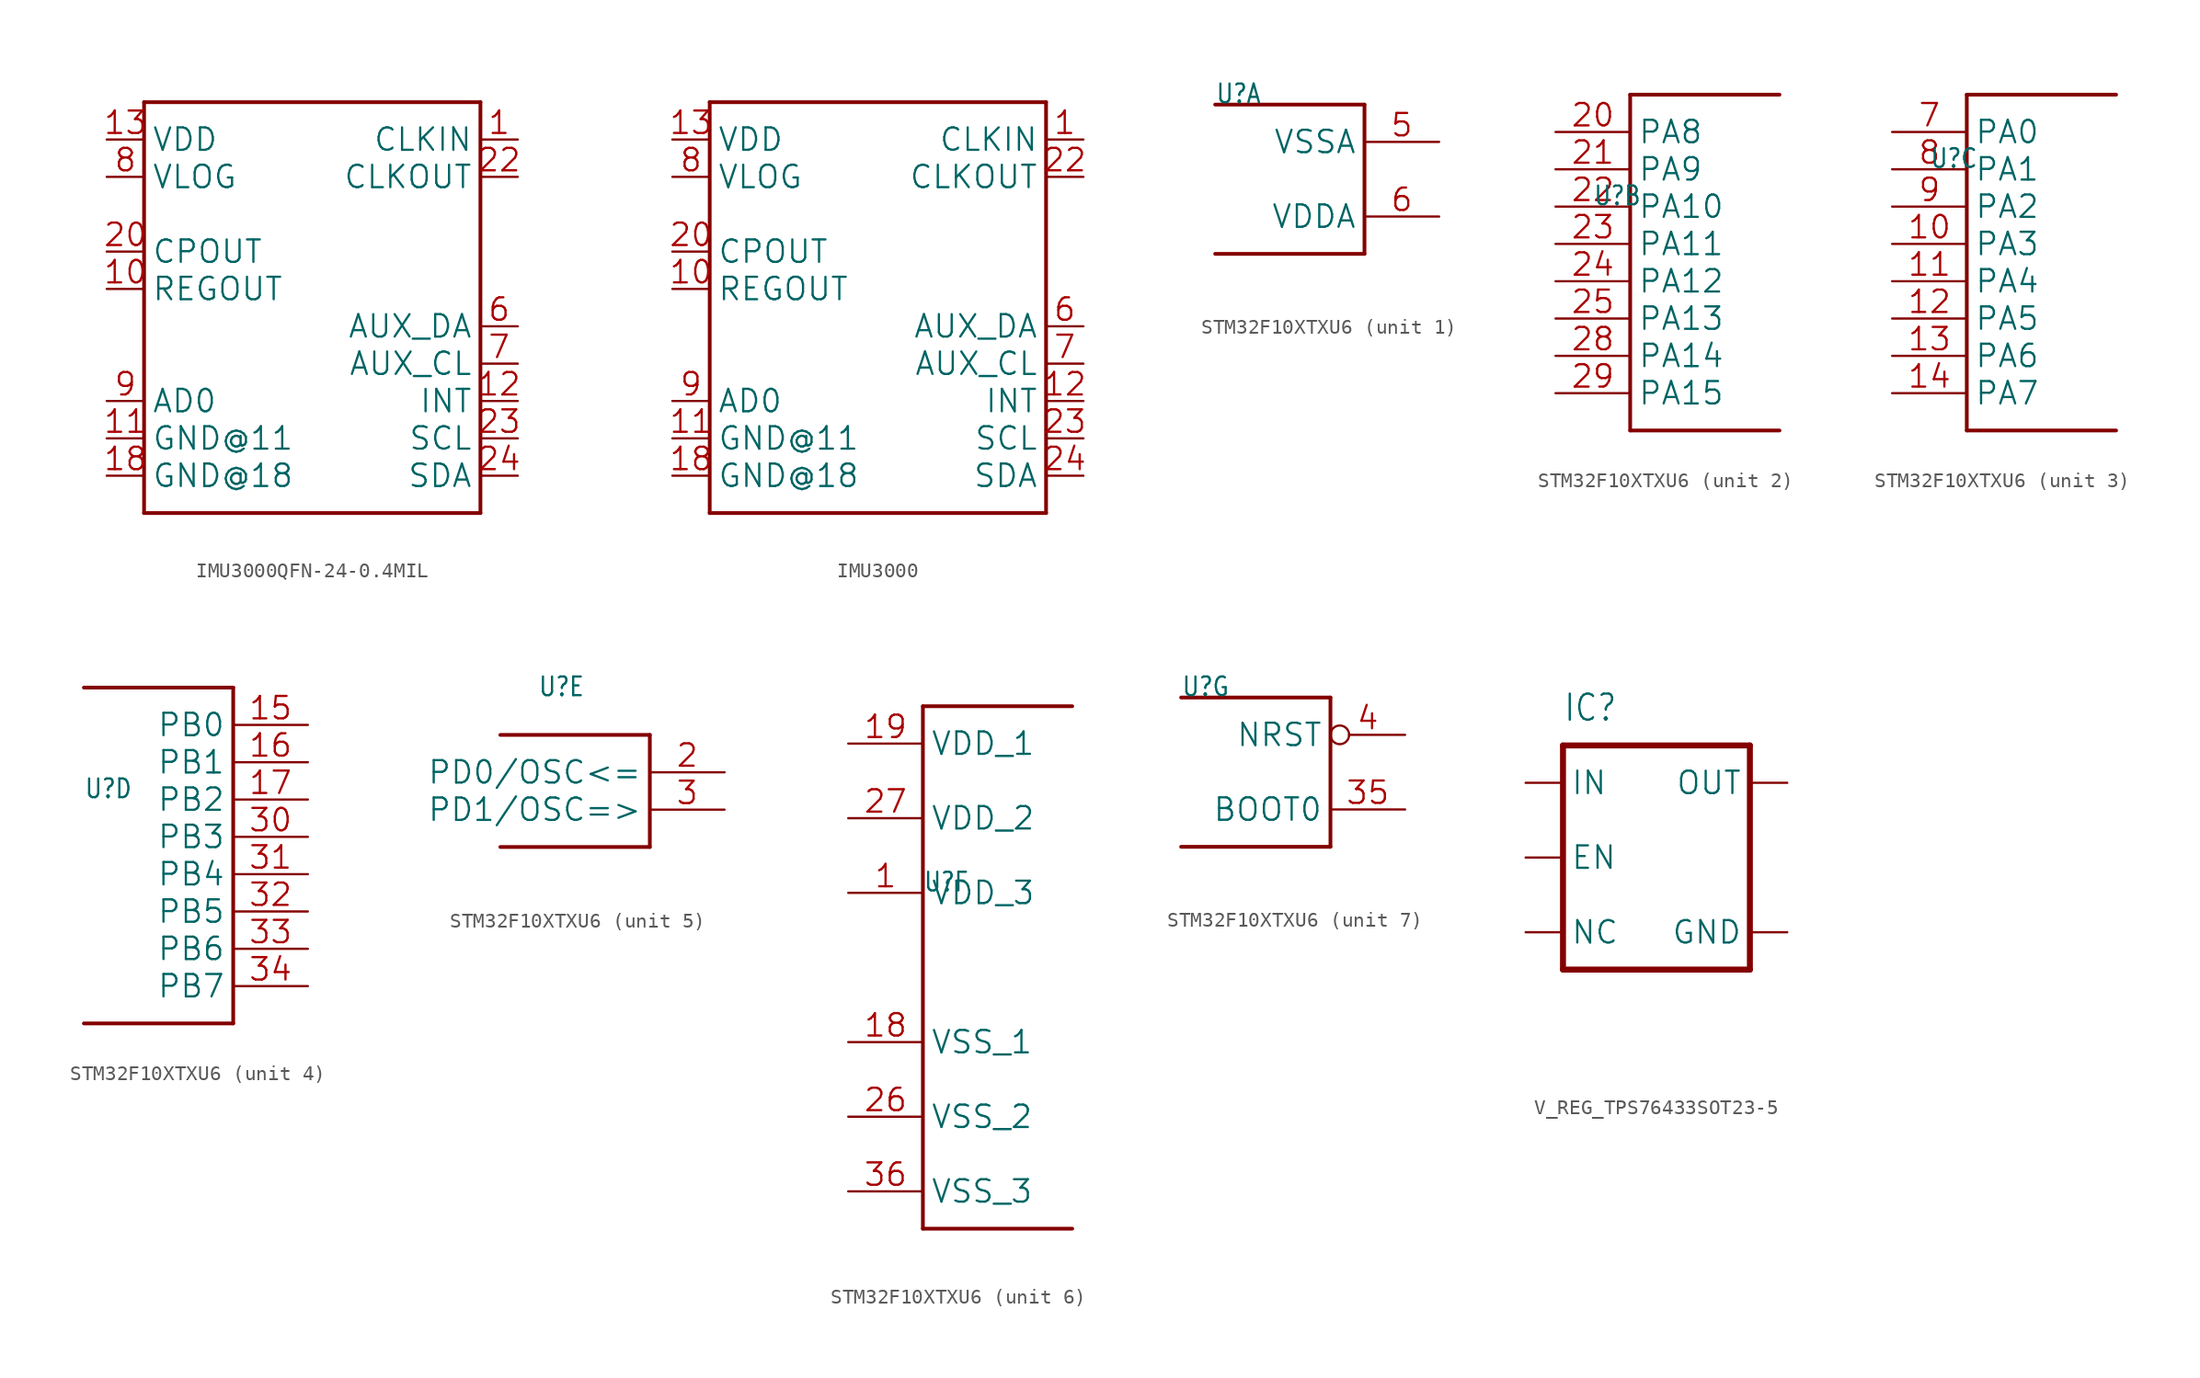
<source format=kicad_sym>
(kicad_symbol_lib
  (version 20241209)
  (generator "kicad_symbol_editor")
  (generator_version "9.0")
  (symbol "IMU3000QFN-24-0.4MIL"
    (property "Reference" "U"
      (at 7.62 15.24 0)
      (effects (font (size 1.27 1.079)) (justify left bottom) (hide yes)))
    (property "ki_locked" ""
      (at 0 0 0)
      (effects (font (size 1.27 1.27))))
    (symbol "IMU3000QFN-24-0.4MIL_1_0"
      (polyline (pts (xy -10.16 15.24) (xy -10.16 -12.7)) (stroke (width 0.254) (type solid)) (fill (type none)))
      (polyline (pts (xy -10.16 -12.7) (xy 12.7 -12.7)) (stroke (width 0.254) (type solid)) (fill (type none)))
      (polyline (pts (xy 12.7 15.24) (xy -10.16 15.24)) (stroke (width 0.254) (type solid)) (fill (type none)))
      (polyline (pts (xy 12.7 -12.7) (xy 12.7 15.24)) (stroke (width 0.254) (type solid)) (fill (type none)))
      (pin bidirectional line (at -12.7 12.7 0) (length 2.54) (name "VDD" (effects (font (size 1.524 1.524)))) (number "13" (effects (font (size 1.524 1.524)))))
      (pin bidirectional line (at -12.7 10.16 0) (length 2.54) (name "VLOG" (effects (font (size 1.524 1.524)))) (number "8" (effects (font (size 1.524 1.524)))))
      (pin bidirectional line (at -12.7 5.08 0) (length 2.54) (name "CPOUT" (effects (font (size 1.524 1.524)))) (number "20" (effects (font (size 1.524 1.524)))))
      (pin bidirectional line (at -12.7 2.54 0) (length 2.54) (name "REGOUT" (effects (font (size 1.524 1.524)))) (number "10" (effects (font (size 1.524 1.524)))))
      (pin bidirectional line (at -12.7 -5.08 0) (length 2.54) (name "AD0" (effects (font (size 1.524 1.524)))) (number "9" (effects (font (size 1.524 1.524)))))
      (pin bidirectional line (at -12.7 -7.62 0) (length 2.54) (name "GND@11" (effects (font (size 1.524 1.524)))) (number "11" (effects (font (size 1.524 1.524)))))
      (pin bidirectional line (at -12.7 -10.16 0) (length 2.54) (name "GND@18" (effects (font (size 1.524 1.524)))) (number "18" (effects (font (size 1.524 1.524)))))
      (pin bidirectional line (at 15.24 12.7 180) (length 2.54) (name "CLKIN" (effects (font (size 1.524 1.524)))) (number "1" (effects (font (size 1.524 1.524)))))
      (pin bidirectional line (at 15.24 10.16 180) (length 2.54) (name "CLKOUT" (effects (font (size 1.524 1.524)))) (number "22" (effects (font (size 1.524 1.524)))))
      (pin bidirectional line (at 15.24 0 180) (length 2.54) (name "AUX_DA" (effects (font (size 1.524 1.524)))) (number "6" (effects (font (size 1.524 1.524)))))
      (pin bidirectional line (at 15.24 -2.54 180) (length 2.54) (name "AUX_CL" (effects (font (size 1.524 1.524)))) (number "7" (effects (font (size 1.524 1.524)))))
      (pin bidirectional line (at 15.24 -5.08 180) (length 2.54) (name "INT" (effects (font (size 1.524 1.524)))) (number "12" (effects (font (size 1.524 1.524)))))
      (pin bidirectional line (at 15.24 -7.62 180) (length 2.54) (name "SCL" (effects (font (size 1.524 1.524)))) (number "23" (effects (font (size 1.524 1.524)))))
      (pin bidirectional line (at 15.24 -10.16 180) (length 2.54) (name "SDA" (effects (font (size 1.524 1.524)))) (number "24" (effects (font (size 1.524 1.524)))))))
  (symbol "IMU3000"
    (property "Reference" "U"
      (at 7.62 15.24 0)
      (effects (font (size 1.27 1.079)) (justify left bottom) (hide yes)))
    (property "ki_locked" ""
      (at 0 0 0)
      (effects (font (size 1.27 1.27))))
    (symbol "IMU3000_1_0"
      (polyline (pts (xy -10.16 15.24) (xy -10.16 -12.7)) (stroke (width 0.254) (type solid)) (fill (type none)))
      (polyline (pts (xy -10.16 -12.7) (xy 12.7 -12.7)) (stroke (width 0.254) (type solid)) (fill (type none)))
      (polyline (pts (xy 12.7 15.24) (xy -10.16 15.24)) (stroke (width 0.254) (type solid)) (fill (type none)))
      (polyline (pts (xy 12.7 -12.7) (xy 12.7 15.24)) (stroke (width 0.254) (type solid)) (fill (type none)))
      (pin bidirectional line (at -12.7 12.7 0) (length 2.54) (name "VDD" (effects (font (size 1.524 1.524)))) (number "13" (effects (font (size 1.524 1.524)))))
      (pin bidirectional line (at -12.7 10.16 0) (length 2.54) (name "VLOG" (effects (font (size 1.524 1.524)))) (number "8" (effects (font (size 1.524 1.524)))))
      (pin bidirectional line (at -12.7 5.08 0) (length 2.54) (name "CPOUT" (effects (font (size 1.524 1.524)))) (number "20" (effects (font (size 1.524 1.524)))))
      (pin bidirectional line (at -12.7 2.54 0) (length 2.54) (name "REGOUT" (effects (font (size 1.524 1.524)))) (number "10" (effects (font (size 1.524 1.524)))))
      (pin bidirectional line (at -12.7 -5.08 0) (length 2.54) (name "AD0" (effects (font (size 1.524 1.524)))) (number "9" (effects (font (size 1.524 1.524)))))
      (pin bidirectional line (at -12.7 -7.62 0) (length 2.54) (name "GND@11" (effects (font (size 1.524 1.524)))) (number "11" (effects (font (size 1.524 1.524)))))
      (pin bidirectional line (at -12.7 -10.16 0) (length 2.54) (name "GND@18" (effects (font (size 1.524 1.524)))) (number "18" (effects (font (size 1.524 1.524)))))
      (pin bidirectional line (at 15.24 12.7 180) (length 2.54) (name "CLKIN" (effects (font (size 1.524 1.524)))) (number "1" (effects (font (size 1.524 1.524)))))
      (pin bidirectional line (at 15.24 10.16 180) (length 2.54) (name "CLKOUT" (effects (font (size 1.524 1.524)))) (number "22" (effects (font (size 1.524 1.524)))))
      (pin bidirectional line (at 15.24 0 180) (length 2.54) (name "AUX_DA" (effects (font (size 1.524 1.524)))) (number "6" (effects (font (size 1.524 1.524)))))
      (pin bidirectional line (at 15.24 -2.54 180) (length 2.54) (name "AUX_CL" (effects (font (size 1.524 1.524)))) (number "7" (effects (font (size 1.524 1.524)))))
      (pin bidirectional line (at 15.24 -5.08 180) (length 2.54) (name "INT" (effects (font (size 1.524 1.524)))) (number "12" (effects (font (size 1.524 1.524)))))
      (pin bidirectional line (at 15.24 -7.62 180) (length 2.54) (name "SCL" (effects (font (size 1.524 1.524)))) (number "23" (effects (font (size 1.524 1.524)))))
      (pin bidirectional line (at 15.24 -10.16 180) (length 2.54) (name "SDA" (effects (font (size 1.524 1.524)))) (number "24" (effects (font (size 1.524 1.524)))))))
  (symbol "STM32F10XTXU6"
    (property "Reference" "U"
      (at -5.08 5.08 0)
      (effects (font (size 1.27 1.079)) (justify left bottom)))
    (property "Value" ""
      (at -5.08 -7.62 0)
      (effects (font (size 1.27 1.079)) (justify left bottom)))
    (property "ki_locked" ""
      (at 0 0 0)
      (effects (font (size 1.27 1.27))))
    (symbol "STM32F10XTXU6_1_0"
      (polyline (pts (xy -5.08 5.08) (xy 5.08 5.08)) (stroke (width 0.254) (type solid)) (fill (type none)))
      (polyline (pts (xy 5.08 5.08) (xy 5.08 -5.08)) (stroke (width 0.254) (type solid)) (fill (type none)))
      (polyline (pts (xy 5.08 -5.08) (xy -5.08 -5.08)) (stroke (width 0.254) (type solid)) (fill (type none)))
      (pin power_in line (at 10.16 2.54 180) (length 5.08) (name "VSSA" (effects (font (size 1.524 1.524)))) (number "5" (effects (font (size 1.524 1.524)))))
      (pin power_in line (at 10.16 -2.54 180) (length 5.08) (name "VDDA" (effects (font (size 1.524 1.524)))) (number "6" (effects (font (size 1.524 1.524))))))
    (symbol "STM32F10XTXU6_2_0"
      (polyline (pts (xy -2.54 12.7) (xy -2.54 -10.16)) (stroke (width 0.254) (type solid)) (fill (type none)))
      (polyline (pts (xy -2.54 -10.16) (xy 7.62 -10.16)) (stroke (width 0.254) (type solid)) (fill (type none)))
      (polyline (pts (xy 7.62 12.7) (xy -2.54 12.7)) (stroke (width 0.254) (type solid)) (fill (type none)))
      (pin bidirectional line (at -7.62 10.16 0) (length 5.08) (name "PA8" (effects (font (size 1.524 1.524)))) (number "20" (effects (font (size 1.524 1.524)))))
      (pin bidirectional line (at -7.62 7.62 0) (length 5.08) (name "PA9" (effects (font (size 1.524 1.524)))) (number "21" (effects (font (size 1.524 1.524)))))
      (pin bidirectional line (at -7.62 5.08 0) (length 5.08) (name "PA10" (effects (font (size 1.524 1.524)))) (number "22" (effects (font (size 1.524 1.524)))))
      (pin bidirectional line (at -7.62 2.54 0) (length 5.08) (name "PA11" (effects (font (size 1.524 1.524)))) (number "23" (effects (font (size 1.524 1.524)))))
      (pin bidirectional line (at -7.62 0 0) (length 5.08) (name "PA12" (effects (font (size 1.524 1.524)))) (number "24" (effects (font (size 1.524 1.524)))))
      (pin bidirectional line (at -7.62 -2.54 0) (length 5.08) (name "PA13" (effects (font (size 1.524 1.524)))) (number "25" (effects (font (size 1.524 1.524)))))
      (pin bidirectional line (at -7.62 -5.08 0) (length 5.08) (name "PA14" (effects (font (size 1.524 1.524)))) (number "28" (effects (font (size 1.524 1.524)))))
      (pin bidirectional line (at -7.62 -7.62 0) (length 5.08) (name "PA15" (effects (font (size 1.524 1.524)))) (number "29" (effects (font (size 1.524 1.524))))))
    (symbol "STM32F10XTXU6_3_0"
      (polyline (pts (xy -2.54 10.16) (xy -2.54 -12.7)) (stroke (width 0.254) (type solid)) (fill (type none)))
      (polyline (pts (xy -2.54 -12.7) (xy 7.62 -12.7)) (stroke (width 0.254) (type solid)) (fill (type none)))
      (polyline (pts (xy 7.62 10.16) (xy -2.54 10.16)) (stroke (width 0.254) (type solid)) (fill (type none)))
      (pin bidirectional line (at -7.62 7.62 0) (length 5.08) (name "PA0" (effects (font (size 1.524 1.524)))) (number "7" (effects (font (size 1.524 1.524)))))
      (pin bidirectional line (at -7.62 5.08 0) (length 5.08) (name "PA1" (effects (font (size 1.524 1.524)))) (number "8" (effects (font (size 1.524 1.524)))))
      (pin bidirectional line (at -7.62 2.54 0) (length 5.08) (name "PA2" (effects (font (size 1.524 1.524)))) (number "9" (effects (font (size 1.524 1.524)))))
      (pin bidirectional line (at -7.62 0 0) (length 5.08) (name "PA3" (effects (font (size 1.524 1.524)))) (number "10" (effects (font (size 1.524 1.524)))))
      (pin bidirectional line (at -7.62 -2.54 0) (length 5.08) (name "PA4" (effects (font (size 1.524 1.524)))) (number "11" (effects (font (size 1.524 1.524)))))
      (pin bidirectional line (at -7.62 -5.08 0) (length 5.08) (name "PA5" (effects (font (size 1.524 1.524)))) (number "12" (effects (font (size 1.524 1.524)))))
      (pin bidirectional line (at -7.62 -7.62 0) (length 5.08) (name "PA6" (effects (font (size 1.524 1.524)))) (number "13" (effects (font (size 1.524 1.524)))))
      (pin bidirectional line (at -7.62 -10.16 0) (length 5.08) (name "PA7" (effects (font (size 1.524 1.524)))) (number "14" (effects (font (size 1.524 1.524))))))
    (symbol "STM32F10XTXU6_4_0"
      (polyline (pts (xy -5.08 12.7) (xy 5.08 12.7)) (stroke (width 0.254) (type solid)) (fill (type none)))
      (polyline (pts (xy 5.08 12.7) (xy 5.08 -10.16)) (stroke (width 0.254) (type solid)) (fill (type none)))
      (polyline (pts (xy 5.08 -10.16) (xy -5.08 -10.16)) (stroke (width 0.254) (type solid)) (fill (type none)))
      (pin bidirectional line (at 10.16 10.16 180) (length 5.08) (name "PB0" (effects (font (size 1.524 1.524)))) (number "15" (effects (font (size 1.524 1.524)))))
      (pin bidirectional line (at 10.16 7.62 180) (length 5.08) (name "PB1" (effects (font (size 1.524 1.524)))) (number "16" (effects (font (size 1.524 1.524)))))
      (pin bidirectional line (at 10.16 5.08 180) (length 5.08) (name "PB2" (effects (font (size 1.524 1.524)))) (number "17" (effects (font (size 1.524 1.524)))))
      (pin bidirectional line (at 10.16 2.54 180) (length 5.08) (name "PB3" (effects (font (size 1.524 1.524)))) (number "30" (effects (font (size 1.524 1.524)))))
      (pin bidirectional line (at 10.16 0 180) (length 5.08) (name "PB4" (effects (font (size 1.524 1.524)))) (number "31" (effects (font (size 1.524 1.524)))))
      (pin bidirectional line (at 10.16 -2.54 180) (length 5.08) (name "PB5" (effects (font (size 1.524 1.524)))) (number "32" (effects (font (size 1.524 1.524)))))
      (pin bidirectional line (at 10.16 -5.08 180) (length 5.08) (name "PB6" (effects (font (size 1.524 1.524)))) (number "33" (effects (font (size 1.524 1.524)))))
      (pin bidirectional line (at 10.16 -7.62 180) (length 5.08) (name "PB7" (effects (font (size 1.524 1.524)))) (number "34" (effects (font (size 1.524 1.524))))))
    (symbol "STM32F10XTXU6_5_0"
      (polyline (pts (xy -7.62 2.54) (xy 2.54 2.54)) (stroke (width 0.254) (type solid)) (fill (type none)))
      (polyline (pts (xy 2.54 2.54) (xy 2.54 -5.08)) (stroke (width 0.254) (type solid)) (fill (type none)))
      (polyline (pts (xy 2.54 -5.08) (xy -7.62 -5.08)) (stroke (width 0.254) (type solid)) (fill (type none)))
      (pin bidirectional line (at 7.62 0 180) (length 5.08) (name "PD0/OSC<=" (effects (font (size 1.524 1.524)))) (number "2" (effects (font (size 1.524 1.524)))))
      (pin bidirectional line (at 7.62 -2.54 180) (length 5.08) (name "PD1/OSC=>" (effects (font (size 1.524 1.524)))) (number "3" (effects (font (size 1.524 1.524))))))
    (symbol "STM32F10XTXU6_6_0"
      (polyline (pts (xy -5.08 17.78) (xy -5.08 -17.78)) (stroke (width 0.254) (type solid)) (fill (type none)))
      (polyline (pts (xy -5.08 -17.78) (xy 5.08 -17.78)) (stroke (width 0.254) (type solid)) (fill (type none)))
      (polyline (pts (xy 5.08 17.78) (xy -5.08 17.78)) (stroke (width 0.254) (type solid)) (fill (type none)))
      (pin power_in line (at -10.16 15.24 0) (length 5.08) (name "VDD_1" (effects (font (size 1.524 1.524)))) (number "19" (effects (font (size 1.524 1.524)))))
      (pin power_in line (at -10.16 10.16 0) (length 5.08) (name "VDD_2" (effects (font (size 1.524 1.524)))) (number "27" (effects (font (size 1.524 1.524)))))
      (pin power_in line (at -10.16 5.08 0) (length 5.08) (name "VDD_3" (effects (font (size 1.524 1.524)))) (number "1" (effects (font (size 1.524 1.524)))))
      (pin power_in line (at -10.16 -5.08 0) (length 5.08) (name "VSS_1" (effects (font (size 1.524 1.524)))) (number "18" (effects (font (size 1.524 1.524)))))
      (pin power_in line (at -10.16 -10.16 0) (length 5.08) (name "VSS_2" (effects (font (size 1.524 1.524)))) (number "26" (effects (font (size 1.524 1.524)))))
      (pin power_in line (at -10.16 -15.24 0) (length 5.08) (name "VSS_3" (effects (font (size 1.524 1.524)))) (number "36" (effects (font (size 1.524 1.524))))))
    (symbol "STM32F10XTXU6_7_0"
      (polyline (pts (xy -5.08 5.08) (xy 5.08 5.08)) (stroke (width 0.254) (type solid)) (fill (type none)))
      (polyline (pts (xy 5.08 5.08) (xy 5.08 -5.08)) (stroke (width 0.254) (type solid)) (fill (type none)))
      (polyline (pts (xy 5.08 -5.08) (xy -5.08 -5.08)) (stroke (width 0.254) (type solid)) (fill (type none)))
      (pin input inverted (at 10.16 2.54 180) (length 5.08) (name "NRST" (effects (font (size 1.524 1.524)))) (number "4" (effects (font (size 1.524 1.524)))))
      (pin input line (at 10.16 -2.54 180) (length 5.08) (name "BOOT0" (effects (font (size 1.524 1.524)))) (number "35" (effects (font (size 1.524 1.524)))))))
  (symbol "V_REG_TPS76433SOT23-5"
    (property "Reference" "IC"
      (at -5.08 11.684 0)
      (effects (font (size 1.778 1.511)) (justify left bottom)))
    (property "Value" ""
      (at -4.826 -10.922 0)
      (effects (font (size 1.778 1.511)) (justify left bottom)))
    (property "ki_locked" ""
      (at 0 0 0)
      (effects (font (size 1.27 1.27))))
    (symbol "V_REG_TPS76433SOT23-5_1_0"
      (polyline (pts (xy -5.08 10.16) (xy -5.08 -5.08)) (stroke (width 0.406) (type solid)) (fill (type none)))
      (polyline (pts (xy -5.08 -5.08) (xy 7.62 -5.08)) (stroke (width 0.406) (type solid)) (fill (type none)))
      (polyline (pts (xy 7.62 10.16) (xy -5.08 10.16)) (stroke (width 0.406) (type solid)) (fill (type none)))
      (polyline (pts (xy 7.62 -5.08) (xy 7.62 10.16)) (stroke (width 0.406) (type solid)) (fill (type none)))
      (pin input line (at -7.62 7.62 0) (length 2.54) (name "IN" (effects (font (size 1.524 1.524)))) (number "1" (effects (font (size 0 0)))))
      (pin input line (at -7.62 2.54 0) (length 2.54) (name "EN" (effects (font (size 1.524 1.524)))) (number "3" (effects (font (size 0 0)))))
      (pin input line (at -7.62 -2.54 0) (length 2.54) (name "NC" (effects (font (size 1.524 1.524)))) (number "4" (effects (font (size 0 0)))))
      (pin passive line (at 10.16 7.62 180) (length 2.54) (name "OUT" (effects (font (size 1.524 1.524)))) (number "5" (effects (font (size 0 0)))))
      (pin input line (at 10.16 -2.54 180) (length 2.54) (name "GND" (effects (font (size 1.524 1.524)))) (number "2" (effects (font (size 0 0))))))))
</source>
